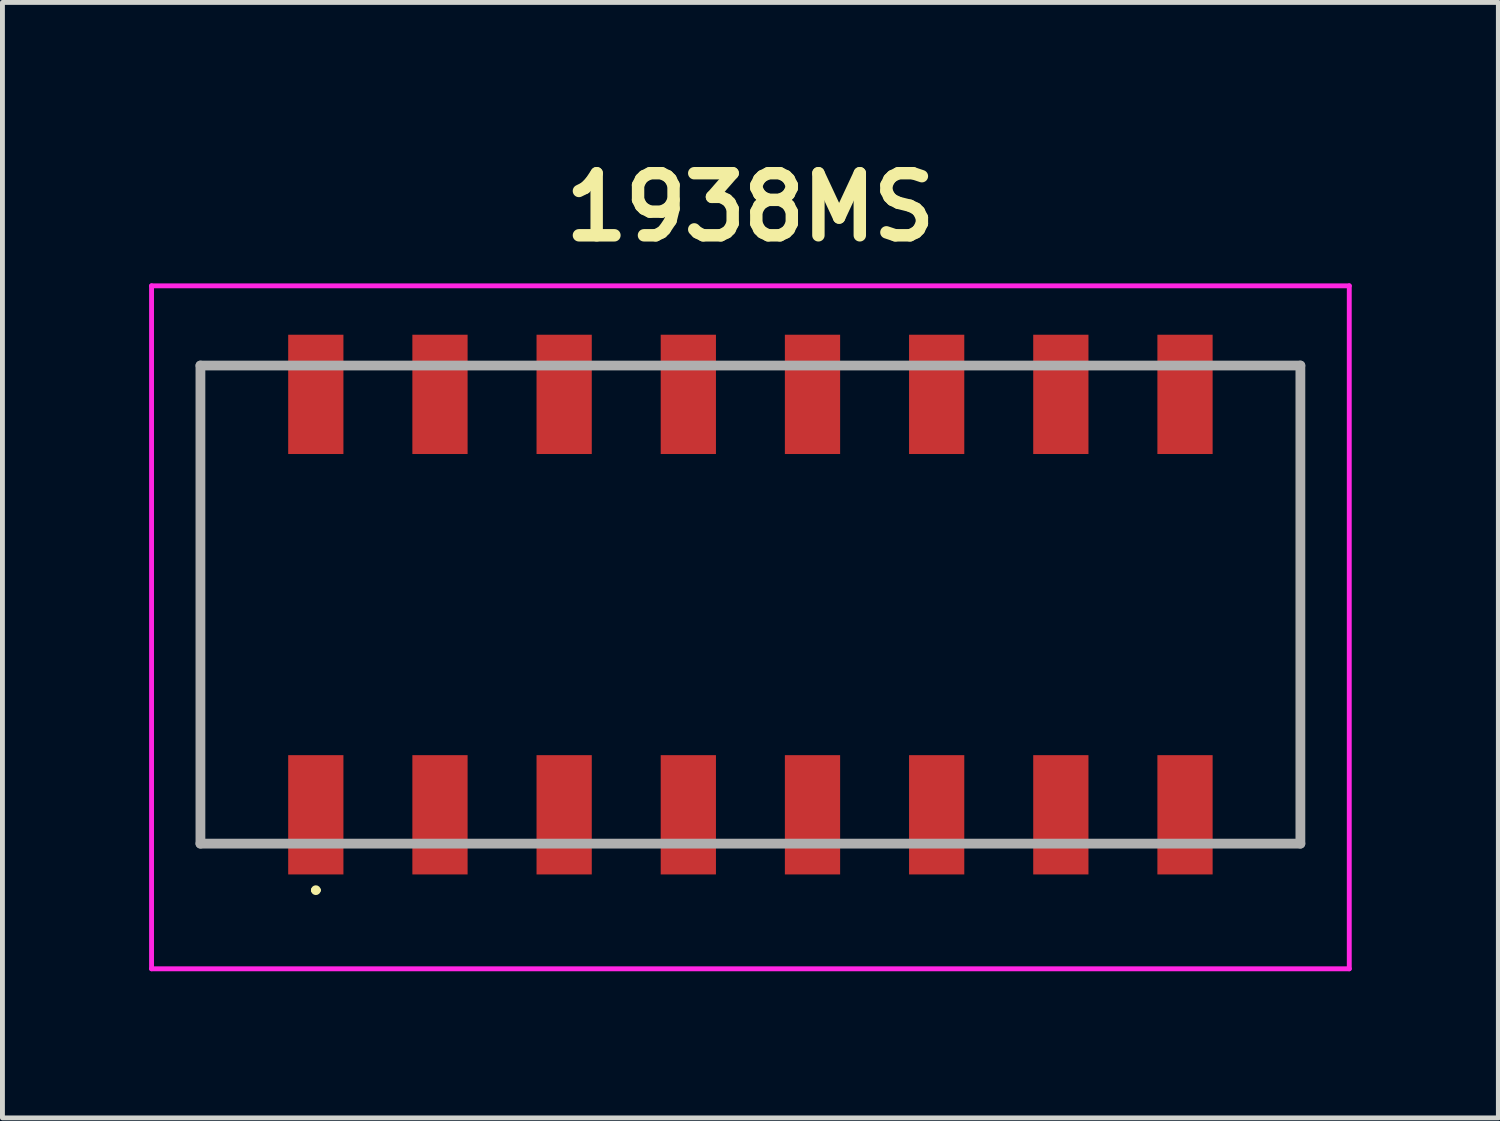
<source format=kicad_pcb>
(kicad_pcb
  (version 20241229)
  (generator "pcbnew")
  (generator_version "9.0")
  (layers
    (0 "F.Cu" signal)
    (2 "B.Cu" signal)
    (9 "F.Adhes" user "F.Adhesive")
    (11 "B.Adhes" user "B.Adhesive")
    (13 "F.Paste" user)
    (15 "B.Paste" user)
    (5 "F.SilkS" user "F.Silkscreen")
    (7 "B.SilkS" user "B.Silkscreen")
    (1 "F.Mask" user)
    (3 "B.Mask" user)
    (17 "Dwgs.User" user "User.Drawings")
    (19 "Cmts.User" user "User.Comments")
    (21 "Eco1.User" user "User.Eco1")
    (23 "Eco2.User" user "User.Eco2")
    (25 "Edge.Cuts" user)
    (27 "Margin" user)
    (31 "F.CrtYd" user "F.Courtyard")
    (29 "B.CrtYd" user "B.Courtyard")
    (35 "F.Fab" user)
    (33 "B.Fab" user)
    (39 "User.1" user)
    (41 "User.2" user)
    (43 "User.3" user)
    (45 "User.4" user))
  (footprint "1938MS"
    (layer "F.Cu")
    (at 12.3 9.317)
    (property "Reference" "1938MS" (at 0 -8.128 0) (layer "F.SilkS") (effects (font (size 1.27 1.27) (thickness 0.254))))
    (attr smd)
    (fp_line (start -11.25 -4.89) (end -11.25 4.89) (stroke (width 0.1) (type solid)) (layer "F.SilkS"))
    (fp_line (start -11.25 4.89) (end -11.25 4.89) (stroke (width 0.1) (type solid)) (layer "F.SilkS"))
    (fp_line (start -11.25 4.89) (end -9.652 4.89) (stroke (width 0.1) (type solid)) (layer "F.SilkS"))
    (fp_line (start -9.652 -4.89) (end -11.25 -4.89) (stroke (width 0.1) (type solid)) (layer "F.SilkS"))
    (fp_line (start -8.939 5.842) (end -8.939 5.842) (stroke (width 0.1) (type solid)) (layer "F.SilkS"))
    (fp_line (start -8.839 5.842) (end -8.839 5.842) (stroke (width 0.1) (type solid)) (layer "F.SilkS"))
    (fp_line (start 9.652 -4.89) (end 11.25 -4.89) (stroke (width 0.1) (type solid)) (layer "F.SilkS"))
    (fp_line (start 11.25 -4.89) (end 11.25 4.89) (stroke (width 0.1) (type solid)) (layer "F.SilkS"))
    (fp_line (start 11.25 4.89) (end 9.652 4.89) (stroke (width 0.1) (type solid)) (layer "F.SilkS"))
    (fp_arc (start -8.9392 5.842) (mid -8.8892 5.792) (end -8.8392 5.842) (stroke (width 0.1) (type solid)) (layer "F.SilkS"))
    (fp_arc (start -8.8392 5.842) (mid -8.8892 5.892) (end -8.9392 5.842) (stroke (width 0.1) (type solid)) (layer "F.SilkS"))
    (fp_line (start -12.25 -6.52) (end 12.25 -6.52) (stroke (width 0.1) (type solid)) (layer "F.CrtYd"))
    (fp_line (start -12.25 7.45) (end -12.25 -6.52) (stroke (width 0.1) (type solid)) (layer "F.CrtYd"))
    (fp_line (start 12.25 -6.52) (end 12.25 7.45) (stroke (width 0.1) (type solid)) (layer "F.CrtYd"))
    (fp_line (start 12.25 7.45) (end -12.25 7.45) (stroke (width 0.1) (type solid)) (layer "F.CrtYd"))
    (fp_line (start -11.25 -4.89) (end 11.25 -4.89) (stroke (width 0.2) (type solid)) (layer "F.Fab"))
    (fp_line (start -11.25 4.89) (end -11.25 -4.89) (stroke (width 0.2) (type solid)) (layer "F.Fab"))
    (fp_line (start 11.25 -4.89) (end 11.25 4.89) (stroke (width 0.2) (type solid)) (layer "F.Fab"))
    (fp_line (start 11.25 4.89) (end -11.25 4.89) (stroke (width 0.2) (type solid)) (layer "F.Fab"))
    (pad "1" smd rect (at -8.89 4.3) (size 1.13 2.44) (layers "F.Cu" "F.Mask" "F.Paste"))
    (pad "2" smd rect (at -6.35 4.3) (size 1.13 2.44) (layers "F.Cu" "F.Mask" "F.Paste"))
    (pad "3" smd rect (at -3.81 4.3) (size 1.13 2.44) (layers "F.Cu" "F.Mask" "F.Paste"))
    (pad "4" smd rect (at -1.27 4.3) (size 1.13 2.44) (layers "F.Cu" "F.Mask" "F.Paste"))
    (pad "5" smd rect (at 1.27 4.3) (size 1.13 2.44) (layers "F.Cu" "F.Mask" "F.Paste"))
    (pad "6" smd rect (at 3.81 4.3) (size 1.13 2.44) (layers "F.Cu" "F.Mask" "F.Paste"))
    (pad "7" smd rect (at 6.35 4.3) (size 1.13 2.44) (layers "F.Cu" "F.Mask" "F.Paste"))
    (pad "8" smd rect (at 8.89 4.3) (size 1.13 2.44) (layers "F.Cu" "F.Mask" "F.Paste"))
    (pad "9" smd rect (at 8.89 -4.3) (size 1.13 2.44) (layers "F.Cu" "F.Mask" "F.Paste"))
    (pad "10" smd rect (at 6.35 -4.3) (size 1.13 2.44) (layers "F.Cu" "F.Mask" "F.Paste"))
    (pad "11" smd rect (at 3.81 -4.3) (size 1.13 2.44) (layers "F.Cu" "F.Mask" "F.Paste"))
    (pad "12" smd rect (at 1.27 -4.3) (size 1.13 2.44) (layers "F.Cu" "F.Mask" "F.Paste"))
    (pad "13" smd rect (at -1.27 -4.3) (size 1.13 2.44) (layers "F.Cu" "F.Mask" "F.Paste"))
    (pad "14" smd rect (at -3.81 -4.3) (size 1.13 2.44) (layers "F.Cu" "F.Mask" "F.Paste"))
    (pad "15" smd rect (at -6.35 -4.3) (size 1.13 2.44) (layers "F.Cu" "F.Mask" "F.Paste"))
    (pad "16" smd rect (at -8.89 -4.3) (size 1.13 2.44) (layers "F.Cu" "F.Mask" "F.Paste")))
  (gr_rect
    (start -3 -3)
    (end 27.6 19.817)
    (stroke (width 0.1) (type default))
    (fill no)
    (layer "Edge.Cuts")))
</source>
